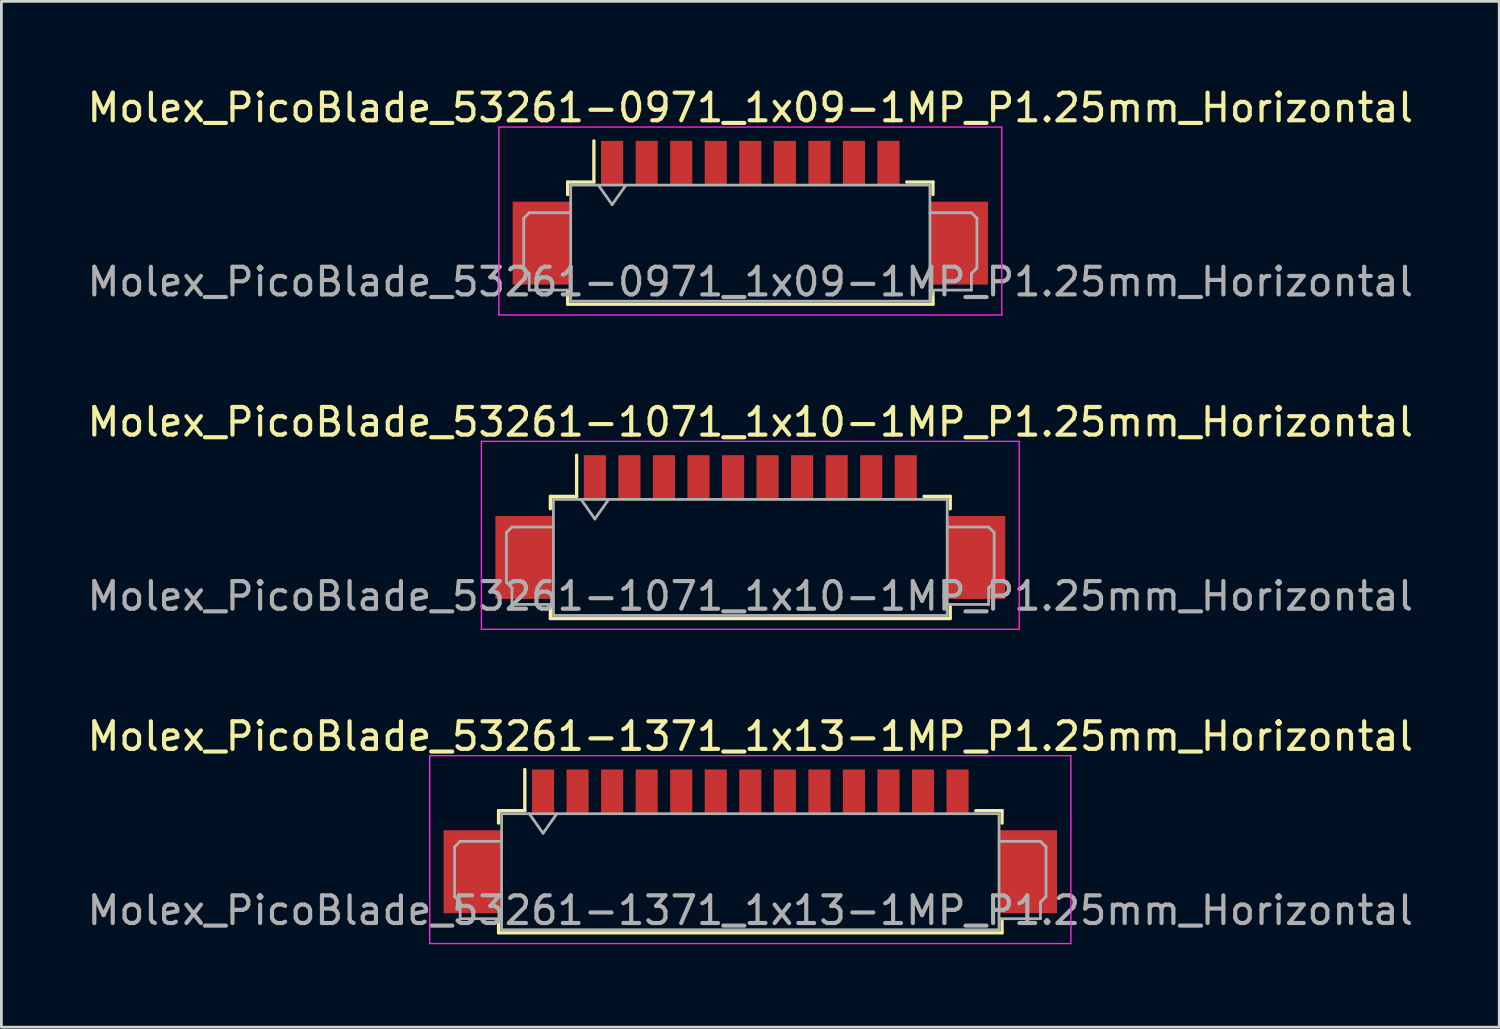
<source format=kicad_pcb>
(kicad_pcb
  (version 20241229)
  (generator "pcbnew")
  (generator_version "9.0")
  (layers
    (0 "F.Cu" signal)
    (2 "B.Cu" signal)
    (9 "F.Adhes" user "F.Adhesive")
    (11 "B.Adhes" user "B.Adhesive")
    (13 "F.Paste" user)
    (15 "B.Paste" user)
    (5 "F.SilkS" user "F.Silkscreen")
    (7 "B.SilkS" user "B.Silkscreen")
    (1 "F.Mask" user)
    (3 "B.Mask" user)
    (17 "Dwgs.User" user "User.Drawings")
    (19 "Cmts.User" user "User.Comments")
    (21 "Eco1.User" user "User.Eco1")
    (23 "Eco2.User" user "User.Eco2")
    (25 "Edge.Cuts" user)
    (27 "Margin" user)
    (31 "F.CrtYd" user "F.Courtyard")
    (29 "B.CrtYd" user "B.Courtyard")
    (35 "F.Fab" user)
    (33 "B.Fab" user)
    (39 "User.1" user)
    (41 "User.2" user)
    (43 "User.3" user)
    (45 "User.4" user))
  (footprint "Molex_PicoBlade_53261-1071_1x10-1MP_P1.25mm_Horizontal"
    (layer "F.Cu")
    (at 24.101 16.622)
    (property "Reference" "Molex_PicoBlade_53261-1071_1x10-1MP_P1.25mm_Horizontal" (at 0 -4.4 0) (layer "F.SilkS") (effects (font (size 1 1) (thickness 0.15))))
    (attr smd)
    (fp_line (start -7.235 -1.71) (end -6.285 -1.71) (stroke (width 0.12) (type solid)) (layer "F.SilkS"))
    (fp_line (start -7.235 -1.26) (end -7.235 -1.71) (stroke (width 0.12) (type solid)) (layer "F.SilkS"))
    (fp_line (start -7.235 2.26) (end -7.235 2.71) (stroke (width 0.12) (type solid)) (layer "F.SilkS"))
    (fp_line (start -7.235 2.71) (end 7.235 2.71) (stroke (width 0.12) (type solid)) (layer "F.SilkS"))
    (fp_line (start -6.285 -1.71) (end -6.285 -3.2) (stroke (width 0.12) (type solid)) (layer "F.SilkS"))
    (fp_line (start 7.235 -1.71) (end 6.285 -1.71) (stroke (width 0.12) (type solid)) (layer "F.SilkS"))
    (fp_line (start 7.235 -1.26) (end 7.235 -1.71) (stroke (width 0.12) (type solid)) (layer "F.SilkS"))
    (fp_line (start 7.235 2.71) (end 7.235 2.26) (stroke (width 0.12) (type solid)) (layer "F.SilkS"))
    (fp_line (start -9.73 -3.7) (end -9.73 3.1) (stroke (width 0.05) (type solid)) (layer "F.CrtYd"))
    (fp_line (start -9.73 3.1) (end 9.73 3.1) (stroke (width 0.05) (type solid)) (layer "F.CrtYd"))
    (fp_line (start 9.73 -3.7) (end -9.73 -3.7) (stroke (width 0.05) (type solid)) (layer "F.CrtYd"))
    (fp_line (start 9.73 3.1) (end 9.73 -3.7) (stroke (width 0.05) (type solid)) (layer "F.CrtYd"))
    (fp_line (start -8.825 -0.4) (end -8.825 1.4) (stroke (width 0.1) (type solid)) (layer "F.Fab"))
    (fp_line (start -8.825 1.4) (end -8.625 1.6) (stroke (width 0.1) (type solid)) (layer "F.Fab"))
    (fp_line (start -8.625 -0.6) (end -8.825 -0.4) (stroke (width 0.1) (type solid)) (layer "F.Fab"))
    (fp_line (start -8.625 1.6) (end -8.625 2.2) (stroke (width 0.1) (type solid)) (layer "F.Fab"))
    (fp_line (start -8.625 2.2) (end -7.125 2.2) (stroke (width 0.1) (type solid)) (layer "F.Fab"))
    (fp_line (start -7.125 -1.6) (end -7.125 2.6) (stroke (width 0.1) (type solid)) (layer "F.Fab"))
    (fp_line (start -7.125 -1.6) (end 7.125 -1.6) (stroke (width 0.1) (type solid)) (layer "F.Fab"))
    (fp_line (start -7.125 -0.6) (end -8.625 -0.6) (stroke (width 0.1) (type solid)) (layer "F.Fab"))
    (fp_line (start -7.125 2.6) (end 7.125 2.6) (stroke (width 0.1) (type solid)) (layer "F.Fab"))
    (fp_line (start -6.125 -1.6) (end -5.625 -0.893) (stroke (width 0.1) (type solid)) (layer "F.Fab"))
    (fp_line (start -5.625 -0.893) (end -5.125 -1.6) (stroke (width 0.1) (type solid)) (layer "F.Fab"))
    (fp_line (start 7.125 -1.6) (end 7.125 2.6) (stroke (width 0.1) (type solid)) (layer "F.Fab"))
    (fp_line (start 7.125 -0.6) (end 8.625 -0.6) (stroke (width 0.1) (type solid)) (layer "F.Fab"))
    (fp_line (start 8.625 -0.6) (end 8.825 -0.4) (stroke (width 0.1) (type solid)) (layer "F.Fab"))
    (fp_line (start 8.625 1.6) (end 8.625 2.2) (stroke (width 0.1) (type solid)) (layer "F.Fab"))
    (fp_line (start 8.625 2.2) (end 7.125 2.2) (stroke (width 0.1) (type solid)) (layer "F.Fab"))
    (fp_line (start 8.825 -0.4) (end 8.825 1.4) (stroke (width 0.1) (type solid)) (layer "F.Fab"))
    (fp_line (start 8.825 1.4) (end 8.625 1.6) (stroke (width 0.1) (type solid)) (layer "F.Fab"))
    (fp_text user "${REFERENCE}" (at 0 1.9 0) (layer "F.Fab") (effects (font (size 1 1) (thickness 0.15))))
    (pad "1" smd rect (at -5.625 -2.4) (size 0.8 1.6) (layers "F.Cu" "F.Mask" "F.Paste"))
    (pad "2" smd rect (at -4.375 -2.4) (size 0.8 1.6) (layers "F.Cu" "F.Mask" "F.Paste"))
    (pad "3" smd rect (at -3.125 -2.4) (size 0.8 1.6) (layers "F.Cu" "F.Mask" "F.Paste"))
    (pad "4" smd rect (at -1.875 -2.4) (size 0.8 1.6) (layers "F.Cu" "F.Mask" "F.Paste"))
    (pad "5" smd rect (at -0.625 -2.4) (size 0.8 1.6) (layers "F.Cu" "F.Mask" "F.Paste"))
    (pad "6" smd rect (at 0.625 -2.4) (size 0.8 1.6) (layers "F.Cu" "F.Mask" "F.Paste"))
    (pad "7" smd rect (at 1.875 -2.4) (size 0.8 1.6) (layers "F.Cu" "F.Mask" "F.Paste"))
    (pad "8" smd rect (at 3.125 -2.4) (size 0.8 1.6) (layers "F.Cu" "F.Mask" "F.Paste"))
    (pad "9" smd rect (at 4.375 -2.4) (size 0.8 1.6) (layers "F.Cu" "F.Mask" "F.Paste"))
    (pad "10" smd rect (at 5.625 -2.4) (size 0.8 1.6) (layers "F.Cu" "F.Mask" "F.Paste"))
    (pad "MP" smd rect (at -8.175 0.5) (size 2.1 3) (layers "F.Cu" "F.Mask" "F.Paste"))
    (pad "MP" smd rect (at 8.175 0.5) (size 2.1 3) (layers "F.Cu" "F.Mask" "F.Paste")))
  (footprint "Molex_PicoBlade_53261-1371_1x13-1MP_P1.25mm_Horizontal"
    (layer "F.Cu")
    (at 24.101 27.995)
    (property "Reference" "Molex_PicoBlade_53261-1371_1x13-1MP_P1.25mm_Horizontal" (at 0 -4.4 0) (layer "F.SilkS") (effects (font (size 1 1) (thickness 0.15))))
    (attr smd)
    (fp_line (start -9.11 -1.71) (end -8.16 -1.71) (stroke (width 0.12) (type solid)) (layer "F.SilkS"))
    (fp_line (start -9.11 -1.26) (end -9.11 -1.71) (stroke (width 0.12) (type solid)) (layer "F.SilkS"))
    (fp_line (start -9.11 2.26) (end -9.11 2.71) (stroke (width 0.12) (type solid)) (layer "F.SilkS"))
    (fp_line (start -9.11 2.71) (end 9.11 2.71) (stroke (width 0.12) (type solid)) (layer "F.SilkS"))
    (fp_line (start -8.16 -1.71) (end -8.16 -3.2) (stroke (width 0.12) (type solid)) (layer "F.SilkS"))
    (fp_line (start 9.11 -1.71) (end 8.16 -1.71) (stroke (width 0.12) (type solid)) (layer "F.SilkS"))
    (fp_line (start 9.11 -1.26) (end 9.11 -1.71) (stroke (width 0.12) (type solid)) (layer "F.SilkS"))
    (fp_line (start 9.11 2.71) (end 9.11 2.26) (stroke (width 0.12) (type solid)) (layer "F.SilkS"))
    (fp_line (start -11.6 -3.7) (end -11.6 3.1) (stroke (width 0.05) (type solid)) (layer "F.CrtYd"))
    (fp_line (start -11.6 3.1) (end 11.6 3.1) (stroke (width 0.05) (type solid)) (layer "F.CrtYd"))
    (fp_line (start 11.6 -3.7) (end -11.6 -3.7) (stroke (width 0.05) (type solid)) (layer "F.CrtYd"))
    (fp_line (start 11.6 3.1) (end 11.6 -3.7) (stroke (width 0.05) (type solid)) (layer "F.CrtYd"))
    (fp_line (start -10.7 -0.4) (end -10.7 1.4) (stroke (width 0.1) (type solid)) (layer "F.Fab"))
    (fp_line (start -10.7 1.4) (end -10.5 1.6) (stroke (width 0.1) (type solid)) (layer "F.Fab"))
    (fp_line (start -10.5 -0.6) (end -10.7 -0.4) (stroke (width 0.1) (type solid)) (layer "F.Fab"))
    (fp_line (start -10.5 1.6) (end -10.5 2.2) (stroke (width 0.1) (type solid)) (layer "F.Fab"))
    (fp_line (start -10.5 2.2) (end -9 2.2) (stroke (width 0.1) (type solid)) (layer "F.Fab"))
    (fp_line (start -9 -1.6) (end -9 2.6) (stroke (width 0.1) (type solid)) (layer "F.Fab"))
    (fp_line (start -9 -1.6) (end 9 -1.6) (stroke (width 0.1) (type solid)) (layer "F.Fab"))
    (fp_line (start -9 -0.6) (end -10.5 -0.6) (stroke (width 0.1) (type solid)) (layer "F.Fab"))
    (fp_line (start -9 2.6) (end 9 2.6) (stroke (width 0.1) (type solid)) (layer "F.Fab"))
    (fp_line (start -8 -1.6) (end -7.5 -0.893) (stroke (width 0.1) (type solid)) (layer "F.Fab"))
    (fp_line (start -7.5 -0.893) (end -7 -1.6) (stroke (width 0.1) (type solid)) (layer "F.Fab"))
    (fp_line (start 9 -1.6) (end 9 2.6) (stroke (width 0.1) (type solid)) (layer "F.Fab"))
    (fp_line (start 9 -0.6) (end 10.5 -0.6) (stroke (width 0.1) (type solid)) (layer "F.Fab"))
    (fp_line (start 10.5 -0.6) (end 10.7 -0.4) (stroke (width 0.1) (type solid)) (layer "F.Fab"))
    (fp_line (start 10.5 1.6) (end 10.5 2.2) (stroke (width 0.1) (type solid)) (layer "F.Fab"))
    (fp_line (start 10.5 2.2) (end 9 2.2) (stroke (width 0.1) (type solid)) (layer "F.Fab"))
    (fp_line (start 10.7 -0.4) (end 10.7 1.4) (stroke (width 0.1) (type solid)) (layer "F.Fab"))
    (fp_line (start 10.7 1.4) (end 10.5 1.6) (stroke (width 0.1) (type solid)) (layer "F.Fab"))
    (fp_text user "${REFERENCE}" (at 0 1.9 0) (layer "F.Fab") (effects (font (size 1 1) (thickness 0.15))))
    (pad "1" smd rect (at -7.5 -2.4) (size 0.8 1.6) (layers "F.Cu" "F.Mask" "F.Paste"))
    (pad "2" smd rect (at -6.25 -2.4) (size 0.8 1.6) (layers "F.Cu" "F.Mask" "F.Paste"))
    (pad "3" smd rect (at -5 -2.4) (size 0.8 1.6) (layers "F.Cu" "F.Mask" "F.Paste"))
    (pad "4" smd rect (at -3.75 -2.4) (size 0.8 1.6) (layers "F.Cu" "F.Mask" "F.Paste"))
    (pad "5" smd rect (at -2.5 -2.4) (size 0.8 1.6) (layers "F.Cu" "F.Mask" "F.Paste"))
    (pad "6" smd rect (at -1.25 -2.4) (size 0.8 1.6) (layers "F.Cu" "F.Mask" "F.Paste"))
    (pad "7" smd rect (at 0 -2.4) (size 0.8 1.6) (layers "F.Cu" "F.Mask" "F.Paste"))
    (pad "8" smd rect (at 1.25 -2.4) (size 0.8 1.6) (layers "F.Cu" "F.Mask" "F.Paste"))
    (pad "9" smd rect (at 2.5 -2.4) (size 0.8 1.6) (layers "F.Cu" "F.Mask" "F.Paste"))
    (pad "10" smd rect (at 3.75 -2.4) (size 0.8 1.6) (layers "F.Cu" "F.Mask" "F.Paste"))
    (pad "11" smd rect (at 5 -2.4) (size 0.8 1.6) (layers "F.Cu" "F.Mask" "F.Paste"))
    (pad "12" smd rect (at 6.25 -2.4) (size 0.8 1.6) (layers "F.Cu" "F.Mask" "F.Paste"))
    (pad "13" smd rect (at 7.5 -2.4) (size 0.8 1.6) (layers "F.Cu" "F.Mask" "F.Paste"))
    (pad "MP" smd rect (at -10.05 0.5) (size 2.1 3) (layers "F.Cu" "F.Mask" "F.Paste"))
    (pad "MP" smd rect (at 10.05 0.5) (size 2.1 3) (layers "F.Cu" "F.Mask" "F.Paste")))
  (footprint "Molex_PicoBlade_53261-0971_1x09-1MP_P1.25mm_Horizontal"
    (layer "F.Cu")
    (at 24.101 5.248)
    (property "Reference" "Molex_PicoBlade_53261-0971_1x09-1MP_P1.25mm_Horizontal" (at 0 -4.4 0) (layer "F.SilkS") (effects (font (size 1 1) (thickness 0.15))))
    (attr smd)
    (fp_line (start -6.61 -1.71) (end -5.66 -1.71) (stroke (width 0.12) (type solid)) (layer "F.SilkS"))
    (fp_line (start -6.61 -1.26) (end -6.61 -1.71) (stroke (width 0.12) (type solid)) (layer "F.SilkS"))
    (fp_line (start -6.61 2.26) (end -6.61 2.71) (stroke (width 0.12) (type solid)) (layer "F.SilkS"))
    (fp_line (start -6.61 2.71) (end 6.61 2.71) (stroke (width 0.12) (type solid)) (layer "F.SilkS"))
    (fp_line (start -5.66 -1.71) (end -5.66 -3.2) (stroke (width 0.12) (type solid)) (layer "F.SilkS"))
    (fp_line (start 6.61 -1.71) (end 5.66 -1.71) (stroke (width 0.12) (type solid)) (layer "F.SilkS"))
    (fp_line (start 6.61 -1.26) (end 6.61 -1.71) (stroke (width 0.12) (type solid)) (layer "F.SilkS"))
    (fp_line (start 6.61 2.71) (end 6.61 2.26) (stroke (width 0.12) (type solid)) (layer "F.SilkS"))
    (fp_line (start -9.1 -3.7) (end -9.1 3.1) (stroke (width 0.05) (type solid)) (layer "F.CrtYd"))
    (fp_line (start -9.1 3.1) (end 9.1 3.1) (stroke (width 0.05) (type solid)) (layer "F.CrtYd"))
    (fp_line (start 9.1 -3.7) (end -9.1 -3.7) (stroke (width 0.05) (type solid)) (layer "F.CrtYd"))
    (fp_line (start 9.1 3.1) (end 9.1 -3.7) (stroke (width 0.05) (type solid)) (layer "F.CrtYd"))
    (fp_line (start -8.2 -0.4) (end -8.2 1.4) (stroke (width 0.1) (type solid)) (layer "F.Fab"))
    (fp_line (start -8.2 1.4) (end -8 1.6) (stroke (width 0.1) (type solid)) (layer "F.Fab"))
    (fp_line (start -8 -0.6) (end -8.2 -0.4) (stroke (width 0.1) (type solid)) (layer "F.Fab"))
    (fp_line (start -8 1.6) (end -8 2.2) (stroke (width 0.1) (type solid)) (layer "F.Fab"))
    (fp_line (start -8 2.2) (end -6.5 2.2) (stroke (width 0.1) (type solid)) (layer "F.Fab"))
    (fp_line (start -6.5 -1.6) (end -6.5 2.6) (stroke (width 0.1) (type solid)) (layer "F.Fab"))
    (fp_line (start -6.5 -1.6) (end 6.5 -1.6) (stroke (width 0.1) (type solid)) (layer "F.Fab"))
    (fp_line (start -6.5 -0.6) (end -8 -0.6) (stroke (width 0.1) (type solid)) (layer "F.Fab"))
    (fp_line (start -6.5 2.6) (end 6.5 2.6) (stroke (width 0.1) (type solid)) (layer "F.Fab"))
    (fp_line (start -5.5 -1.6) (end -5 -0.893) (stroke (width 0.1) (type solid)) (layer "F.Fab"))
    (fp_line (start -5 -0.893) (end -4.5 -1.6) (stroke (width 0.1) (type solid)) (layer "F.Fab"))
    (fp_line (start 6.5 -1.6) (end 6.5 2.6) (stroke (width 0.1) (type solid)) (layer "F.Fab"))
    (fp_line (start 6.5 -0.6) (end 8 -0.6) (stroke (width 0.1) (type solid)) (layer "F.Fab"))
    (fp_line (start 8 -0.6) (end 8.2 -0.4) (stroke (width 0.1) (type solid)) (layer "F.Fab"))
    (fp_line (start 8 1.6) (end 8 2.2) (stroke (width 0.1) (type solid)) (layer "F.Fab"))
    (fp_line (start 8 2.2) (end 6.5 2.2) (stroke (width 0.1) (type solid)) (layer "F.Fab"))
    (fp_line (start 8.2 -0.4) (end 8.2 1.4) (stroke (width 0.1) (type solid)) (layer "F.Fab"))
    (fp_line (start 8.2 1.4) (end 8 1.6) (stroke (width 0.1) (type solid)) (layer "F.Fab"))
    (fp_text user "${REFERENCE}" (at 0 1.9 0) (layer "F.Fab") (effects (font (size 1 1) (thickness 0.15))))
    (pad "1" smd rect (at -5 -2.4) (size 0.8 1.6) (layers "F.Cu" "F.Mask" "F.Paste"))
    (pad "2" smd rect (at -3.75 -2.4) (size 0.8 1.6) (layers "F.Cu" "F.Mask" "F.Paste"))
    (pad "3" smd rect (at -2.5 -2.4) (size 0.8 1.6) (layers "F.Cu" "F.Mask" "F.Paste"))
    (pad "4" smd rect (at -1.25 -2.4) (size 0.8 1.6) (layers "F.Cu" "F.Mask" "F.Paste"))
    (pad "5" smd rect (at 0 -2.4) (size 0.8 1.6) (layers "F.Cu" "F.Mask" "F.Paste"))
    (pad "6" smd rect (at 1.25 -2.4) (size 0.8 1.6) (layers "F.Cu" "F.Mask" "F.Paste"))
    (pad "7" smd rect (at 2.5 -2.4) (size 0.8 1.6) (layers "F.Cu" "F.Mask" "F.Paste"))
    (pad "8" smd rect (at 3.75 -2.4) (size 0.8 1.6) (layers "F.Cu" "F.Mask" "F.Paste"))
    (pad "9" smd rect (at 5 -2.4) (size 0.8 1.6) (layers "F.Cu" "F.Mask" "F.Paste"))
    (pad "MP" smd rect (at -7.55 0.5) (size 2.1 3) (layers "F.Cu" "F.Mask" "F.Paste"))
    (pad "MP" smd rect (at 7.55 0.5) (size 2.1 3) (layers "F.Cu" "F.Mask" "F.Paste")))
  (gr_rect
    (start -3 -3)
    (end 51.202 34.12)
    (stroke (width 0.1) (type default))
    (fill no)
    (layer "Edge.Cuts")))
</source>
